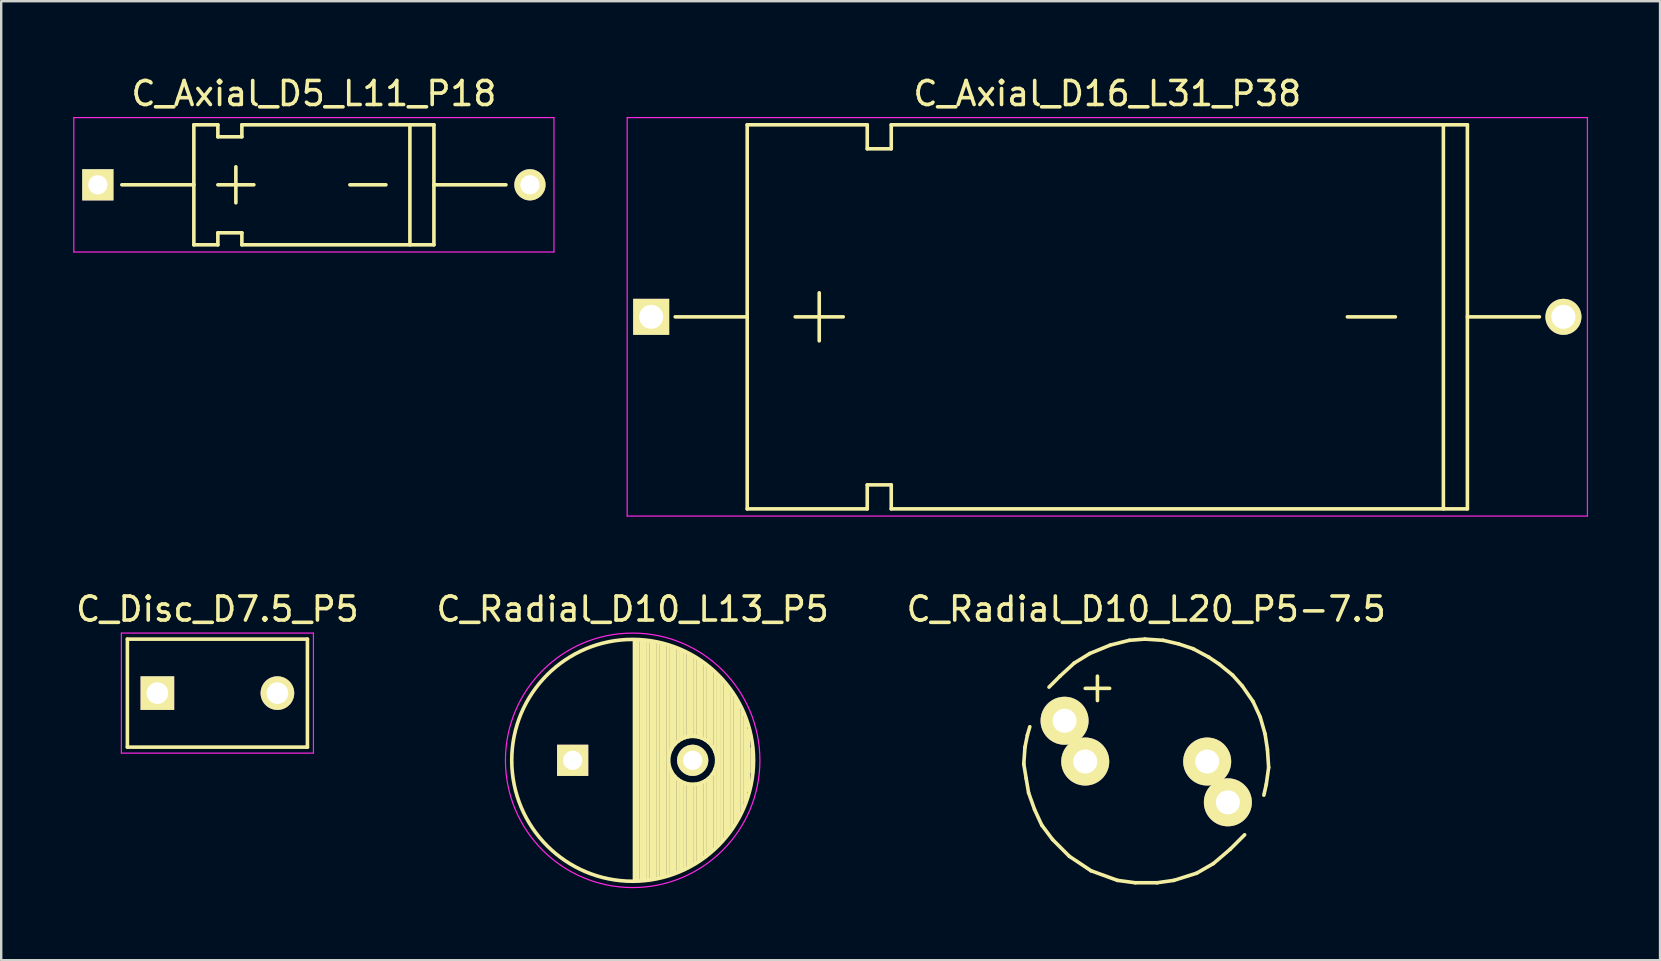
<source format=kicad_pcb>
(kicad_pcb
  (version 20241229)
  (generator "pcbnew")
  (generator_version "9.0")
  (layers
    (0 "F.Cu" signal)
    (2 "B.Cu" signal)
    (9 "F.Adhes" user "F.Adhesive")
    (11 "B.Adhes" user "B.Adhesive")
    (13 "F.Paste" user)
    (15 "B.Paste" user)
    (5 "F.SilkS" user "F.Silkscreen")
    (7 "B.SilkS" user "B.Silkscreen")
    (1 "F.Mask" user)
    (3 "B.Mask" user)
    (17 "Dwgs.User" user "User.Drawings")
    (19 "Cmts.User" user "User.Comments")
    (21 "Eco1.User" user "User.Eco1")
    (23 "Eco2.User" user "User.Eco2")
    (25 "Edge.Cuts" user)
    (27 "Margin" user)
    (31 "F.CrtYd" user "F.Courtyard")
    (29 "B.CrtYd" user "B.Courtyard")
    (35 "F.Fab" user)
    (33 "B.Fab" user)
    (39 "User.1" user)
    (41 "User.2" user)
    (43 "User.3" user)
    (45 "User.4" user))
  (footprint "C_Radial_D10_L20_P5-7.5"
    (layer "F.Cu")
    (at 44.696 28.672)
    (property "Reference" "C_Radial_D10_L20_P5-7.5" (at 0 -6.35 0) (layer "F.SilkS") (effects (font (size 1 1) (thickness 0.15))))
    (attr through_hole)
    (fp_line (start -5.1 0.099) (end -5.001 0.701) (stroke (width 0.15) (type solid)) (layer "F.SilkS"))
    (fp_line (start -5.05 -0.599) (end -5.1 0.099) (stroke (width 0.15) (type solid)) (layer "F.SilkS"))
    (fp_line (start -5.001 0.701) (end -4.9 1.3) (stroke (width 0.15) (type solid)) (layer "F.SilkS"))
    (fp_line (start -4.95 -1.1) (end -5.05 -0.599) (stroke (width 0.15) (type solid)) (layer "F.SilkS"))
    (fp_line (start -4.9 1.3) (end -4.651 1.999) (stroke (width 0.15) (type solid)) (layer "F.SilkS"))
    (fp_line (start -4.849 -1.45) (end -4.95 -1.1) (stroke (width 0.15) (type solid)) (layer "F.SilkS"))
    (fp_line (start -4.651 1.999) (end -4.351 2.649) (stroke (width 0.15) (type solid)) (layer "F.SilkS"))
    (fp_line (start -4.351 2.649) (end -3.899 3.251) (stroke (width 0.15) (type solid)) (layer "F.SilkS"))
    (fp_line (start -3.899 3.251) (end -3.2 3.95) (stroke (width 0.15) (type solid)) (layer "F.SilkS"))
    (fp_line (start -3.599 -3.551) (end -4.049 -3.099) (stroke (width 0.15) (type solid)) (layer "F.SilkS"))
    (fp_line (start -3.2 3.95) (end -2.301 4.549) (stroke (width 0.15) (type solid)) (layer "F.SilkS"))
    (fp_line (start -3 -4.1) (end -3.599 -3.551) (stroke (width 0.15) (type solid)) (layer "F.SilkS"))
    (fp_line (start -2.54 -3.048) (end -1.524 -3.048) (stroke (width 0.15) (type solid)) (layer "F.SilkS"))
    (fp_line (start -2.349 -4.501) (end -3 -4.1) (stroke (width 0.15) (type solid)) (layer "F.SilkS"))
    (fp_line (start -2.301 4.549) (end -1.199 4.95) (stroke (width 0.15) (type solid)) (layer "F.SilkS"))
    (fp_line (start -2.032 -3.556) (end -2.032 -2.54) (stroke (width 0.15) (type solid)) (layer "F.SilkS"))
    (fp_line (start -1.501 -4.849) (end -2.349 -4.501) (stroke (width 0.15) (type solid)) (layer "F.SilkS"))
    (fp_line (start -1.199 4.95) (end -0.45 5.05) (stroke (width 0.15) (type solid)) (layer "F.SilkS"))
    (fp_line (start -0.701 -5.05) (end -1.501 -4.849) (stroke (width 0.15) (type solid)) (layer "F.SilkS"))
    (fp_line (start -0.45 5.05) (end 0.45 5.05) (stroke (width 0.15) (type solid)) (layer "F.SilkS"))
    (fp_line (start -0.051 -5.1) (end -0.701 -5.05) (stroke (width 0.15) (type solid)) (layer "F.SilkS"))
    (fp_line (start 0.45 5.05) (end 1.151 4.95) (stroke (width 0.15) (type solid)) (layer "F.SilkS"))
    (fp_line (start 0.701 -5.05) (end -0.051 -5.1) (stroke (width 0.15) (type solid)) (layer "F.SilkS"))
    (fp_line (start 1.151 4.95) (end 2.101 4.651) (stroke (width 0.15) (type solid)) (layer "F.SilkS"))
    (fp_line (start 1.349 -4.9) (end 0.701 -5.05) (stroke (width 0.15) (type solid)) (layer "F.SilkS"))
    (fp_line (start 1.951 -4.699) (end 1.349 -4.9) (stroke (width 0.15) (type solid)) (layer "F.SilkS"))
    (fp_line (start 2.101 4.651) (end 2.799 4.249) (stroke (width 0.15) (type solid)) (layer "F.SilkS"))
    (fp_line (start 2.601 -4.351) (end 1.951 -4.699) (stroke (width 0.15) (type solid)) (layer "F.SilkS"))
    (fp_line (start 2.799 4.249) (end 3.5 3.65) (stroke (width 0.15) (type solid)) (layer "F.SilkS"))
    (fp_line (start 3.051 -4.049) (end 2.601 -4.351) (stroke (width 0.15) (type solid)) (layer "F.SilkS"))
    (fp_line (start 3.5 3.65) (end 4.1 3.051) (stroke (width 0.15) (type solid)) (layer "F.SilkS"))
    (fp_line (start 3.599 -3.599) (end 3.051 -4.049) (stroke (width 0.15) (type solid)) (layer "F.SilkS"))
    (fp_line (start 4 -3.15) (end 3.599 -3.599) (stroke (width 0.15) (type solid)) (layer "F.SilkS"))
    (fp_line (start 4.45 -2.499) (end 4 -3.15) (stroke (width 0.15) (type solid)) (layer "F.SilkS"))
    (fp_line (start 4.75 -1.849) (end 4.45 -2.499) (stroke (width 0.15) (type solid)) (layer "F.SilkS"))
    (fp_line (start 4.9 1.4) (end 5.001 0.95) (stroke (width 0.15) (type solid)) (layer "F.SilkS"))
    (fp_line (start 4.95 -1.151) (end 4.75 -1.849) (stroke (width 0.15) (type solid)) (layer "F.SilkS"))
    (fp_line (start 5.001 0.95) (end 5.1 0.249) (stroke (width 0.15) (type solid)) (layer "F.SilkS"))
    (fp_line (start 5.05 -0.5) (end 4.95 -1.151) (stroke (width 0.15) (type solid)) (layer "F.SilkS"))
    (fp_line (start 5.1 0.249) (end 5.05 -0.5) (stroke (width 0.15) (type solid)) (layer "F.SilkS"))
    (pad "1" thru_hole circle (at -3.401 -1.699) (size 1.999 1.999) (drill 1.001) (layers "*.Cu" "*.Mask" "F.SilkS"))
    (pad "1" thru_hole circle (at -2.54 0) (size 1.999 1.999) (drill 1.001) (layers "*.Cu" "*.Mask" "F.SilkS"))
    (pad "2" thru_hole circle (at 2.54 0) (size 1.999 1.999) (drill 1.001) (layers "*.Cu" "*.Mask" "F.SilkS"))
    (pad "2" thru_hole circle (at 3.401 1.699) (size 1.999 1.999) (drill 1.001) (layers "*.Cu" "*.Mask" "F.SilkS")))
  (footprint "C_Radial_D10_L13_P5"
    (layer "F.Cu")
    (at 20.804 28.622)
    (property "Reference" "C_Radial_D10_L13_P5" (at 2.5 -6.3 0) (layer "F.SilkS") (effects (font (size 1 1) (thickness 0.15))))
    (attr through_hole)
    (fp_line (start 2.575 -4.999) (end 2.575 4.999) (stroke (width 0.15) (type solid)) (layer "F.SilkS"))
    (fp_line (start 2.715 -4.995) (end 2.715 4.995) (stroke (width 0.15) (type solid)) (layer "F.SilkS"))
    (fp_line (start 2.855 -4.987) (end 2.855 4.987) (stroke (width 0.15) (type solid)) (layer "F.SilkS"))
    (fp_line (start 2.995 -4.975) (end 2.995 4.975) (stroke (width 0.15) (type solid)) (layer "F.SilkS"))
    (fp_line (start 3.135 -4.96) (end 3.135 4.96) (stroke (width 0.15) (type solid)) (layer "F.SilkS"))
    (fp_line (start 3.275 -4.94) (end 3.275 4.94) (stroke (width 0.15) (type solid)) (layer "F.SilkS"))
    (fp_line (start 3.415 -4.916) (end 3.415 4.916) (stroke (width 0.15) (type solid)) (layer "F.SilkS"))
    (fp_line (start 3.555 -4.887) (end 3.555 4.887) (stroke (width 0.15) (type solid)) (layer "F.SilkS"))
    (fp_line (start 3.695 -4.855) (end 3.695 4.855) (stroke (width 0.15) (type solid)) (layer "F.SilkS"))
    (fp_line (start 3.835 -4.818) (end 3.835 4.818) (stroke (width 0.15) (type solid)) (layer "F.SilkS"))
    (fp_line (start 3.975 -4.777) (end 3.975 4.777) (stroke (width 0.15) (type solid)) (layer "F.SilkS"))
    (fp_line (start 4.115 -4.732) (end 4.115 -0.466) (stroke (width 0.15) (type solid)) (layer "F.SilkS"))
    (fp_line (start 4.115 0.466) (end 4.115 4.732) (stroke (width 0.15) (type solid)) (layer "F.SilkS"))
    (fp_line (start 4.255 -4.682) (end 4.255 -0.667) (stroke (width 0.15) (type solid)) (layer "F.SilkS"))
    (fp_line (start 4.255 0.667) (end 4.255 4.682) (stroke (width 0.15) (type solid)) (layer "F.SilkS"))
    (fp_line (start 4.395 -4.627) (end 4.395 -0.796) (stroke (width 0.15) (type solid)) (layer "F.SilkS"))
    (fp_line (start 4.395 0.796) (end 4.395 4.627) (stroke (width 0.15) (type solid)) (layer "F.SilkS"))
    (fp_line (start 4.535 -4.567) (end 4.535 -0.885) (stroke (width 0.15) (type solid)) (layer "F.SilkS"))
    (fp_line (start 4.535 0.885) (end 4.535 4.567) (stroke (width 0.15) (type solid)) (layer "F.SilkS"))
    (fp_line (start 4.675 -4.502) (end 4.675 -0.946) (stroke (width 0.15) (type solid)) (layer "F.SilkS"))
    (fp_line (start 4.675 0.946) (end 4.675 4.502) (stroke (width 0.15) (type solid)) (layer "F.SilkS"))
    (fp_line (start 4.815 -4.432) (end 4.815 -0.983) (stroke (width 0.15) (type solid)) (layer "F.SilkS"))
    (fp_line (start 4.815 0.983) (end 4.815 4.432) (stroke (width 0.15) (type solid)) (layer "F.SilkS"))
    (fp_line (start 4.955 -4.356) (end 4.955 -0.999) (stroke (width 0.15) (type solid)) (layer "F.SilkS"))
    (fp_line (start 4.955 0.999) (end 4.955 4.356) (stroke (width 0.15) (type solid)) (layer "F.SilkS"))
    (fp_line (start 5.095 -4.274) (end 5.095 -0.995) (stroke (width 0.15) (type solid)) (layer "F.SilkS"))
    (fp_line (start 5.095 0.995) (end 5.095 4.274) (stroke (width 0.15) (type solid)) (layer "F.SilkS"))
    (fp_line (start 5.235 -4.186) (end 5.235 -0.972) (stroke (width 0.15) (type solid)) (layer "F.SilkS"))
    (fp_line (start 5.235 0.972) (end 5.235 4.186) (stroke (width 0.15) (type solid)) (layer "F.SilkS"))
    (fp_line (start 5.375 -4.091) (end 5.375 -0.927) (stroke (width 0.15) (type solid)) (layer "F.SilkS"))
    (fp_line (start 5.375 0.927) (end 5.375 4.091) (stroke (width 0.15) (type solid)) (layer "F.SilkS"))
    (fp_line (start 5.515 -3.989) (end 5.515 -0.857) (stroke (width 0.15) (type solid)) (layer "F.SilkS"))
    (fp_line (start 5.515 0.857) (end 5.515 3.989) (stroke (width 0.15) (type solid)) (layer "F.SilkS"))
    (fp_line (start 5.655 -3.879) (end 5.655 -0.756) (stroke (width 0.15) (type solid)) (layer "F.SilkS"))
    (fp_line (start 5.655 0.756) (end 5.655 3.879) (stroke (width 0.15) (type solid)) (layer "F.SilkS"))
    (fp_line (start 5.795 -3.761) (end 5.795 -0.607) (stroke (width 0.15) (type solid)) (layer "F.SilkS"))
    (fp_line (start 5.795 0.607) (end 5.795 3.761) (stroke (width 0.15) (type solid)) (layer "F.SilkS"))
    (fp_line (start 5.935 -3.633) (end 5.935 -0.355) (stroke (width 0.15) (type solid)) (layer "F.SilkS"))
    (fp_line (start 5.935 0.355) (end 5.935 3.633) (stroke (width 0.15) (type solid)) (layer "F.SilkS"))
    (fp_line (start 6.075 -3.496) (end 6.075 3.496) (stroke (width 0.15) (type solid)) (layer "F.SilkS"))
    (fp_line (start 6.215 -3.346) (end 6.215 3.346) (stroke (width 0.15) (type solid)) (layer "F.SilkS"))
    (fp_line (start 6.355 -3.184) (end 6.355 3.184) (stroke (width 0.15) (type solid)) (layer "F.SilkS"))
    (fp_line (start 6.495 -3.007) (end 6.495 3.007) (stroke (width 0.15) (type solid)) (layer "F.SilkS"))
    (fp_line (start 6.635 -2.811) (end 6.635 2.811) (stroke (width 0.15) (type solid)) (layer "F.SilkS"))
    (fp_line (start 6.775 -2.593) (end 6.775 2.593) (stroke (width 0.15) (type solid)) (layer "F.SilkS"))
    (fp_line (start 6.915 -2.347) (end 6.915 2.347) (stroke (width 0.15) (type solid)) (layer "F.SilkS"))
    (fp_line (start 7.055 -2.062) (end 7.055 2.062) (stroke (width 0.15) (type solid)) (layer "F.SilkS"))
    (fp_line (start 7.195 -1.72) (end 7.195 1.72) (stroke (width 0.15) (type solid)) (layer "F.SilkS"))
    (fp_line (start 7.335 -1.274) (end 7.335 1.274) (stroke (width 0.15) (type solid)) (layer "F.SilkS"))
    (fp_line (start 7.475 -0.499) (end 7.475 0.499) (stroke (width 0.15) (type solid)) (layer "F.SilkS"))
    (fp_circle (center 2.5 0) (end 2.5 -5.037) (stroke (width 0.15) (type solid)) (fill no) (layer "F.SilkS"))
    (fp_circle (center 5 0) (end 5 -1) (stroke (width 0.15) (type solid)) (fill no) (layer "F.SilkS"))
    (fp_circle (center 2.5 0) (end 2.5 -5.3) (stroke (width 0.05) (type solid)) (fill no) (layer "F.CrtYd"))
    (pad "1" thru_hole rect (at 0 0) (size 1.3 1.3) (drill 0.8) (layers "*.Cu" "*.Mask" "F.SilkS"))
    (pad "2" thru_hole circle (at 5 0) (size 1.3 1.3) (drill 0.8) (layers "*.Cu" "*.Mask" "F.SilkS")))
  (footprint "C_Axial_D16_L31_P38"
    (layer "F.Cu")
    (at 24.075 10.148)
    (property "Reference" "C_Axial_D16_L31_P38" (at 19 -9.3 0) (layer "F.SilkS") (effects (font (size 1 1) (thickness 0.15))))
    (attr through_hole)
    (fp_line (start 4 0) (end 1 0) (stroke (width 0.15) (type solid)) (layer "F.SilkS"))
    (fp_line (start 4 8) (end 4 -8) (stroke (width 0.15) (type solid)) (layer "F.SilkS"))
    (fp_line (start 6 0) (end 8 0) (stroke (width 0.15) (type solid)) (layer "F.SilkS"))
    (fp_line (start 7 1) (end 7 -1) (stroke (width 0.15) (type solid)) (layer "F.SilkS"))
    (fp_line (start 9 -8) (end 4 -8) (stroke (width 0.15) (type solid)) (layer "F.SilkS"))
    (fp_line (start 9 -8) (end 9 -7) (stroke (width 0.15) (type solid)) (layer "F.SilkS"))
    (fp_line (start 9 -7) (end 10 -7) (stroke (width 0.15) (type solid)) (layer "F.SilkS"))
    (fp_line (start 9 7) (end 9 8) (stroke (width 0.15) (type solid)) (layer "F.SilkS"))
    (fp_line (start 9 8) (end 4 8) (stroke (width 0.15) (type solid)) (layer "F.SilkS"))
    (fp_line (start 10 -7) (end 10 -8) (stroke (width 0.15) (type solid)) (layer "F.SilkS"))
    (fp_line (start 10 7) (end 9 7) (stroke (width 0.15) (type solid)) (layer "F.SilkS"))
    (fp_line (start 10 8) (end 10 7) (stroke (width 0.15) (type solid)) (layer "F.SilkS"))
    (fp_line (start 10 8) (end 34 8) (stroke (width 0.15) (type solid)) (layer "F.SilkS"))
    (fp_line (start 29 0) (end 31 0) (stroke (width 0.15) (type solid)) (layer "F.SilkS"))
    (fp_line (start 33 -8) (end 33 8) (stroke (width 0.15) (type solid)) (layer "F.SilkS"))
    (fp_line (start 34 -8) (end 10 -8) (stroke (width 0.15) (type solid)) (layer "F.SilkS"))
    (fp_line (start 34 8) (end 34 -8) (stroke (width 0.15) (type solid)) (layer "F.SilkS"))
    (fp_line (start 37 0) (end 34 0) (stroke (width 0.15) (type solid)) (layer "F.SilkS"))
    (fp_line (start -1 -8.3) (end 39 -8.3) (stroke (width 0.05) (type solid)) (layer "F.CrtYd"))
    (fp_line (start -1 8.3) (end -1 -8.3) (stroke (width 0.05) (type solid)) (layer "F.CrtYd"))
    (fp_line (start 39 -8.3) (end 39 8.3) (stroke (width 0.05) (type solid)) (layer "F.CrtYd"))
    (fp_line (start 39 8.3) (end -1 8.3) (stroke (width 0.05) (type solid)) (layer "F.CrtYd"))
    (pad "1" thru_hole rect (at 0 0) (size 1.5 1.5) (drill 1) (layers "*.Cu" "*.Mask" "F.SilkS"))
    (pad "2" thru_hole circle (at 38 0) (size 1.5 1.5) (drill 1) (layers "*.Cu" "*.Mask" "F.SilkS")))
  (footprint "C_Disc_D7.5_P5"
    (layer "F.Cu")
    (at 3.506 25.822)
    (property "Reference" "C_Disc_D7.5_P5" (at 2.5 -3.5 0) (layer "F.SilkS") (effects (font (size 1 1) (thickness 0.15))))
    (attr through_hole)
    (fp_line (start -1.25 -2.25) (end 6.25 -2.25) (stroke (width 0.15) (type solid)) (layer "F.SilkS"))
    (fp_line (start -1.25 2.25) (end -1.25 -2.25) (stroke (width 0.15) (type solid)) (layer "F.SilkS"))
    (fp_line (start 6.25 -2.25) (end 6.25 2.25) (stroke (width 0.15) (type solid)) (layer "F.SilkS"))
    (fp_line (start 6.25 2.25) (end -1.25 2.25) (stroke (width 0.15) (type solid)) (layer "F.SilkS"))
    (fp_line (start -1.5 -2.5) (end 6.5 -2.5) (stroke (width 0.05) (type solid)) (layer "F.CrtYd"))
    (fp_line (start -1.5 2.5) (end -1.5 -2.5) (stroke (width 0.05) (type solid)) (layer "F.CrtYd"))
    (fp_line (start 6.5 -2.5) (end 6.5 2.5) (stroke (width 0.05) (type solid)) (layer "F.CrtYd"))
    (fp_line (start 6.5 2.5) (end -1.5 2.5) (stroke (width 0.05) (type solid)) (layer "F.CrtYd"))
    (pad "1" thru_hole rect (at 0 0) (size 1.4 1.4) (drill 0.9) (layers "*.Cu" "*.Mask" "F.SilkS"))
    (pad "2" thru_hole circle (at 5 0) (size 1.4 1.4) (drill 0.9) (layers "*.Cu" "*.Mask" "F.SilkS")))
  (footprint "C_Axial_D5_L11_P18"
    (layer "F.Cu")
    (at 1.025 4.648)
    (property "Reference" "C_Axial_D5_L11_P18" (at 9 -3.8 0) (layer "F.SilkS") (effects (font (size 1 1) (thickness 0.15))))
    (attr through_hole)
    (fp_line (start 4 0) (end 1 0) (stroke (width 0.15) (type solid)) (layer "F.SilkS"))
    (fp_line (start 4 2.5) (end 4 -2.5) (stroke (width 0.15) (type solid)) (layer "F.SilkS"))
    (fp_line (start 5 -2.5) (end 4 -2.5) (stroke (width 0.15) (type solid)) (layer "F.SilkS"))
    (fp_line (start 5 -2.5) (end 5 -2) (stroke (width 0.15) (type solid)) (layer "F.SilkS"))
    (fp_line (start 5 -2) (end 6 -2) (stroke (width 0.15) (type solid)) (layer "F.SilkS"))
    (fp_line (start 5 0) (end 6.5 0) (stroke (width 0.15) (type solid)) (layer "F.SilkS"))
    (fp_line (start 5 2) (end 5 2.5) (stroke (width 0.15) (type solid)) (layer "F.SilkS"))
    (fp_line (start 5 2.5) (end 4 2.5) (stroke (width 0.15) (type solid)) (layer "F.SilkS"))
    (fp_line (start 5.75 0.75) (end 5.75 -0.75) (stroke (width 0.15) (type solid)) (layer "F.SilkS"))
    (fp_line (start 6 -2) (end 6 -2.5) (stroke (width 0.15) (type solid)) (layer "F.SilkS"))
    (fp_line (start 6 2) (end 5 2) (stroke (width 0.15) (type solid)) (layer "F.SilkS"))
    (fp_line (start 6 2.5) (end 6 2) (stroke (width 0.15) (type solid)) (layer "F.SilkS"))
    (fp_line (start 6 2.5) (end 14 2.5) (stroke (width 0.15) (type solid)) (layer "F.SilkS"))
    (fp_line (start 10.5 0) (end 12 0) (stroke (width 0.15) (type solid)) (layer "F.SilkS"))
    (fp_line (start 13 -2.5) (end 13 2.5) (stroke (width 0.15) (type solid)) (layer "F.SilkS"))
    (fp_line (start 14 -2.5) (end 6 -2.5) (stroke (width 0.15) (type solid)) (layer "F.SilkS"))
    (fp_line (start 14 2.5) (end 14 -2.5) (stroke (width 0.15) (type solid)) (layer "F.SilkS"))
    (fp_line (start 17 0) (end 14 0) (stroke (width 0.15) (type solid)) (layer "F.SilkS"))
    (fp_line (start -1 -2.8) (end 19 -2.8) (stroke (width 0.05) (type solid)) (layer "F.CrtYd"))
    (fp_line (start -1 2.8) (end -1 -2.8) (stroke (width 0.05) (type solid)) (layer "F.CrtYd"))
    (fp_line (start 19 -2.8) (end 19 2.8) (stroke (width 0.05) (type solid)) (layer "F.CrtYd"))
    (fp_line (start 19 2.8) (end -1 2.8) (stroke (width 0.05) (type solid)) (layer "F.CrtYd"))
    (pad "1" thru_hole rect (at 0 0) (size 1.3 1.3) (drill 0.8) (layers "*.Cu" "*.Mask" "F.SilkS"))
    (pad "2" thru_hole circle (at 18 0) (size 1.3 1.3) (drill 0.8) (layers "*.Cu" "*.Mask" "F.SilkS")))
  (gr_rect
    (start -3 -3)
    (end 66.1 36.947)
    (stroke (width 0.1) (type default))
    (fill no)
    (layer "Edge.Cuts")))
</source>
